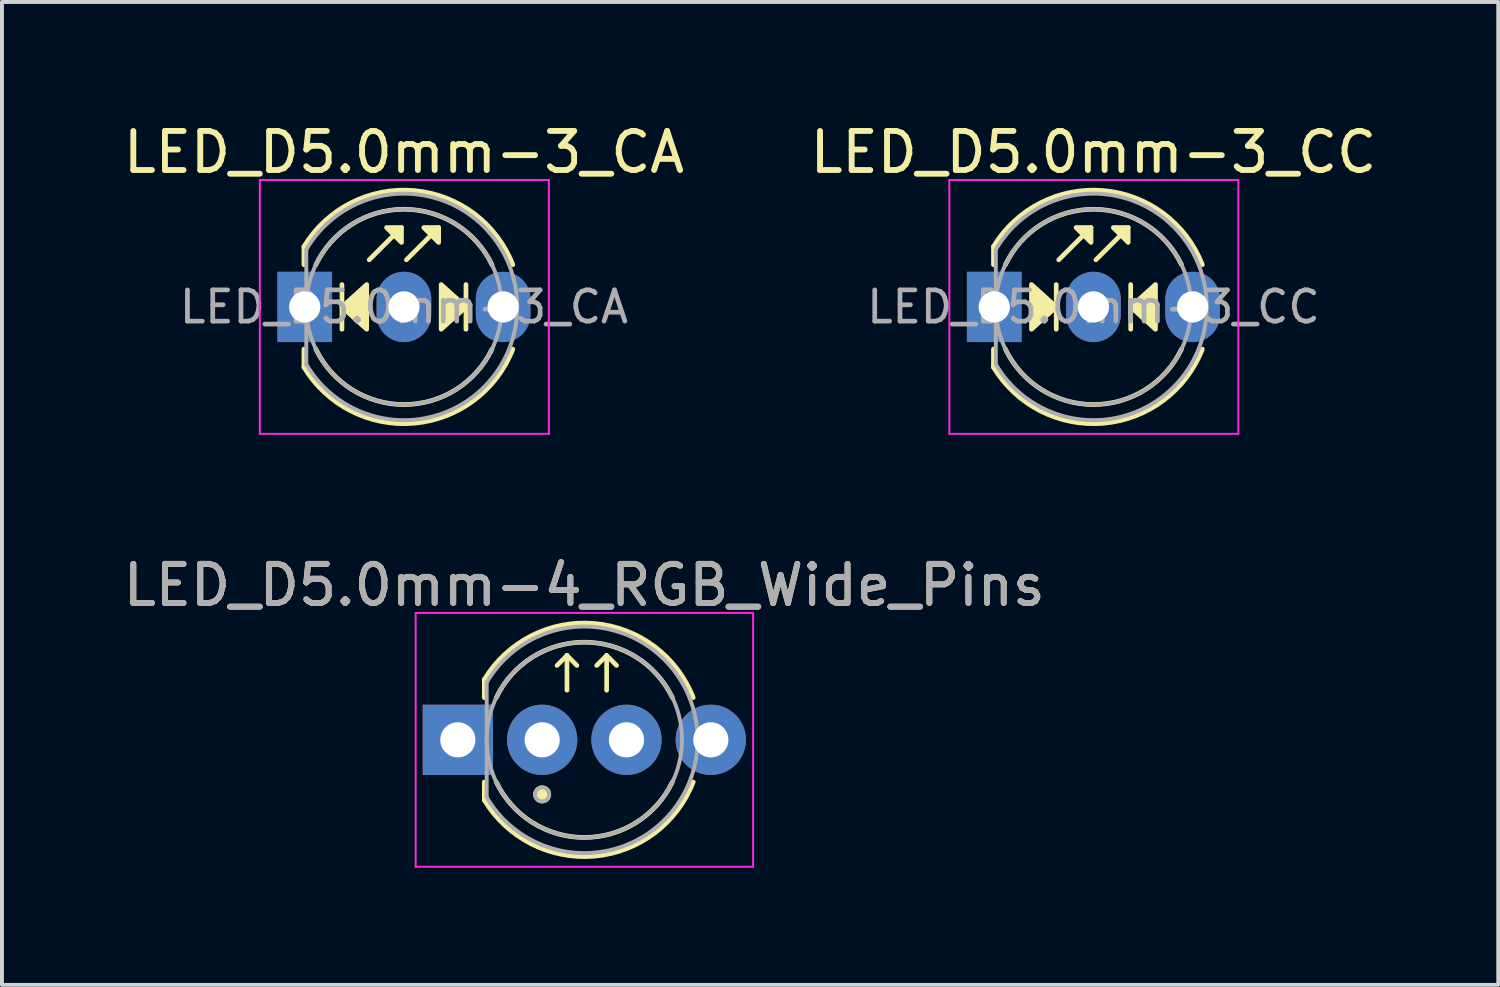
<source format=kicad_pcb>
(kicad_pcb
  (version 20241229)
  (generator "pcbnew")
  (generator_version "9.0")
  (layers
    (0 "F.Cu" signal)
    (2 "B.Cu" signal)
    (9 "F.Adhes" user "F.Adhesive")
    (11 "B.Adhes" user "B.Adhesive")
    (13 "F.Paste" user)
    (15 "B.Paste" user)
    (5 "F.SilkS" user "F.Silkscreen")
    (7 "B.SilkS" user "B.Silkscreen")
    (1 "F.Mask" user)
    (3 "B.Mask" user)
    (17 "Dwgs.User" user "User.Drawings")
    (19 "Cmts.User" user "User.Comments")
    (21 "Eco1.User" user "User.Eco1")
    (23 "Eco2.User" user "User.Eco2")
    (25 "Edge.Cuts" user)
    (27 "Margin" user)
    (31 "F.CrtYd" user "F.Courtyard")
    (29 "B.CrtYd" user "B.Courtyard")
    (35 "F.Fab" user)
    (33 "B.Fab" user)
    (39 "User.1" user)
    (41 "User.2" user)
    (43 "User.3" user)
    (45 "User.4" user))
  (footprint "LED_D5.0mm-4_RGB_Wide_Pins"
    (layer "F.Cu")
    (at 8.672 15.892)
    (property "Reference" "LED_D5.0mm-4_RGB_Wide_Pins" (at 3.239 -3.96 0) (layer "F.SilkS") (effects (font (size 1 1) (thickness 0.15))))
    (fp_line (start 0.678 -1.545) (end 0.678 -1.08) (stroke (width 0.12) (type solid)) (layer "F.SilkS"))
    (fp_line (start 0.678 1.08) (end 0.678 1.545) (stroke (width 0.12) (type solid)) (layer "F.SilkS"))
    (fp_line (start 2.794 -2.159) (end 2.54 -1.905) (stroke (width 0.12) (type solid)) (layer "F.SilkS"))
    (fp_line (start 2.794 -1.27) (end 2.794 -2.159) (stroke (width 0.12) (type solid)) (layer "F.SilkS"))
    (fp_line (start 3.048 -1.905) (end 2.794 -2.159) (stroke (width 0.12) (type solid)) (layer "F.SilkS"))
    (fp_line (start 3.81 -2.159) (end 3.556 -1.905) (stroke (width 0.12) (type solid)) (layer "F.SilkS"))
    (fp_line (start 3.81 -1.27) (end 3.81 -2.159) (stroke (width 0.12) (type solid)) (layer "F.SilkS"))
    (fp_line (start 4.064 -1.905) (end 3.81 -2.159) (stroke (width 0.12) (type solid)) (layer "F.SilkS"))
    (fp_arc (start 0.6785 -1.54483) (mid 3.496956 -2.978809) (end 6.026315 -1.080827) (stroke (width 0.12) (type solid)) (layer "F.SilkS"))
    (fp_arc (start 0.983816 -1.08) (mid 3.238262 -2.5) (end 5.492979 -1.080429) (stroke (width 0.12) (type solid)) (layer "F.SilkS"))
    (fp_arc (start 5.492979 1.080429) (mid 3.238262 2.5) (end 0.983816 1.08) (stroke (width 0.12) (type solid)) (layer "F.SilkS"))
    (fp_arc (start 6.026315 1.080827) (mid 3.496956 2.978808) (end 0.6785 1.54483) (stroke (width 0.12) (type solid)) (layer "F.SilkS"))
    (fp_circle (center 2.159 1.397) (end 2.286 1.27) (stroke (width 0.1) (type solid)) (fill yes) (layer "F.SilkS"))
    (fp_line (start -1.08 -3.25) (end -1.08 3.25) (stroke (width 0.05) (type solid)) (layer "F.CrtYd"))
    (fp_line (start -1.08 3.25) (end 7.56 3.25) (stroke (width 0.05) (type solid)) (layer "F.CrtYd"))
    (fp_line (start 7.56 -3.25) (end -1.08 -3.25) (stroke (width 0.05) (type solid)) (layer "F.CrtYd"))
    (fp_line (start 7.56 3.25) (end 7.56 -3.25) (stroke (width 0.05) (type solid)) (layer "F.CrtYd"))
    (fp_line (start 0.739 -1.47) (end 0.739 1.47) (stroke (width 0.1) (type solid)) (layer "F.Fab"))
    (fp_arc (start 0.7385 -1.469694) (mid 6.1385 0.000016) (end 0.738484 1.469666) (stroke (width 0.1) (type solid)) (layer "F.Fab"))
    (fp_circle (center 2.159 1.397) (end 2.339 1.397) (stroke (width 0.1) (type solid)) (fill no) (layer "F.Fab"))
    (fp_circle (center 3.239 0) (end 5.739 0) (stroke (width 0.1) (type solid)) (fill no) (layer "F.Fab"))
    (fp_text user "${REFERENCE}" (at 3.239 -3.96 0) (layer "F.Fab") (effects (font (size 1 1) (thickness 0.15))))
    (pad "1" thru_hole rect (at 0 0) (size 1.8 1.8) (drill 0.9) (layers "*.Cu" "*.Mask"))
    (pad "2" thru_hole circle (at 2.159 0) (size 1.8 1.8) (drill 0.9) (layers "*.Cu" "*.Mask"))
    (pad "3" thru_hole circle (at 4.318 0) (size 1.8 1.8) (drill 0.9) (layers "*.Cu" "*.Mask"))
    (pad "4" thru_hole circle (at 6.477 0) (size 1.8 1.8) (drill 0.9) (layers "*.Cu" "*.Mask")))
  (footprint "LED_D5.0mm-3_CC"
    (layer "F.Cu")
    (at 22.406 4.808)
    (property "Reference" "LED_D5.0mm-3_CC" (at 2.54 -3.96 0) (layer "F.SilkS") (effects (font (size 1 1) (thickness 0.15))))
    (fp_line (start -0.02 -1.545) (end -0.02 -1.08) (stroke (width 0.12) (type solid)) (layer "F.SilkS"))
    (fp_line (start -0.02 1.08) (end -0.02 1.545) (stroke (width 0.12) (type solid)) (layer "F.SilkS"))
    (fp_line (start 1.587 0.572) (end 1.587 -0.572) (stroke (width 0.12) (type solid)) (layer "F.SilkS"))
    (fp_line (start 1.651 -1.206) (end 2.477 -2.032) (stroke (width 0.12) (type solid)) (layer "F.SilkS"))
    (fp_line (start 2.603 -1.206) (end 3.429 -2.032) (stroke (width 0.12) (type solid)) (layer "F.SilkS"))
    (fp_line (start 3.493 -0.572) (end 3.493 0.572) (stroke (width 0.12) (type solid)) (layer "F.SilkS"))
    (fp_arc (start -0.02 -1.54483) (mid 2.798456 -2.978809) (end 5.327815 -1.080827) (stroke (width 0.12) (type solid)) (layer "F.SilkS"))
    (fp_arc (start 0.285316 -1.08) (mid 2.539762 -2.5) (end 4.794479 -1.080429) (stroke (width 0.12) (type solid)) (layer "F.SilkS"))
    (fp_arc (start 4.794479 1.080429) (mid 2.539762 2.5) (end 0.285316 1.08) (stroke (width 0.12) (type solid)) (layer "F.SilkS"))
    (fp_arc (start 5.327815 1.080827) (mid 2.798456 2.978808) (end -0.02 1.54483) (stroke (width 0.12) (type solid)) (layer "F.SilkS"))
    (fp_poly (pts (xy 0.953 -0.572) (xy 1.587 0) (xy 0.953 0.572)) (stroke (width 0.12) (type solid)) (fill yes) (layer "F.SilkS"))
    (fp_poly (pts (xy 2.477 -1.651) (xy 2.095 -2.032) (xy 2.477 -2.032)) (stroke (width 0.12) (type solid)) (fill yes) (layer "F.SilkS"))
    (fp_poly (pts (xy 3.429 -1.651) (xy 3.048 -2.032) (xy 3.429 -2.032)) (stroke (width 0.12) (type solid)) (fill yes) (layer "F.SilkS"))
    (fp_poly (pts (xy 4.128 0.572) (xy 3.493 0) (xy 4.128 -0.572)) (stroke (width 0.12) (type solid)) (fill yes) (layer "F.SilkS"))
    (fp_line (start -1.15 -3.25) (end -1.15 3.25) (stroke (width 0.05) (type solid)) (layer "F.CrtYd"))
    (fp_line (start -1.15 3.25) (end 6.25 3.25) (stroke (width 0.05) (type solid)) (layer "F.CrtYd"))
    (fp_line (start 6.25 -3.25) (end -1.15 -3.25) (stroke (width 0.05) (type solid)) (layer "F.CrtYd"))
    (fp_line (start 6.25 3.25) (end 6.25 -3.25) (stroke (width 0.05) (type solid)) (layer "F.CrtYd"))
    (fp_line (start 0.04 -1.47) (end 0.04 1.47) (stroke (width 0.1) (type solid)) (layer "F.Fab"))
    (fp_arc (start 0.04 -1.469694) (mid 5.44 0.000016) (end 0.039984 1.469666) (stroke (width 0.1) (type solid)) (layer "F.Fab"))
    (fp_circle (center 2.54 0) (end 5.04 0) (stroke (width 0.1) (type solid)) (fill no) (layer "F.Fab"))
    (fp_text user "${REFERENCE}" (at 2.54 0 0) (layer "F.Fab") (effects (font (size 0.8 0.8) (thickness 0.12))))
    (pad "1" thru_hole rect (at 0 0) (size 1.4 1.8) (drill 0.8) (layers "*.Cu" "*.Mask"))
    (pad "2" thru_hole oval (at 2.54 0) (size 1.4 1.8) (drill 0.8) (layers "*.Cu" "*.Mask"))
    (pad "3" thru_hole oval (at 5.08 0) (size 1.4 1.8) (drill 0.8) (layers "*.Cu" "*.Mask")))
  (footprint "LED_D5.0mm-3_CA"
    (layer "F.Cu")
    (at 4.752 4.808)
    (property "Reference" "LED_D5.0mm-3_CA" (at 2.54 -3.96 0) (layer "F.SilkS") (effects (font (size 1 1) (thickness 0.15))))
    (fp_line (start -0.02 -1.545) (end -0.02 -1.08) (stroke (width 0.12) (type solid)) (layer "F.SilkS"))
    (fp_line (start -0.02 1.08) (end -0.02 1.545) (stroke (width 0.12) (type solid)) (layer "F.SilkS"))
    (fp_line (start 0.953 -0.572) (end 0.953 0.572) (stroke (width 0.12) (type solid)) (layer "F.SilkS"))
    (fp_line (start 1.651 -1.206) (end 2.477 -2.032) (stroke (width 0.12) (type solid)) (layer "F.SilkS"))
    (fp_line (start 2.603 -1.206) (end 3.429 -2.032) (stroke (width 0.12) (type solid)) (layer "F.SilkS"))
    (fp_line (start 4.128 0.572) (end 4.128 -0.572) (stroke (width 0.12) (type solid)) (layer "F.SilkS"))
    (fp_arc (start -0.02 -1.54483) (mid 2.798456 -2.978809) (end 5.327815 -1.080827) (stroke (width 0.12) (type solid)) (layer "F.SilkS"))
    (fp_arc (start 0.285316 -1.08) (mid 2.539762 -2.5) (end 4.794479 -1.080429) (stroke (width 0.12) (type solid)) (layer "F.SilkS"))
    (fp_arc (start 4.794479 1.080429) (mid 2.539762 2.5) (end 0.285316 1.08) (stroke (width 0.12) (type solid)) (layer "F.SilkS"))
    (fp_arc (start 5.327815 1.080827) (mid 2.798456 2.978808) (end -0.02 1.54483) (stroke (width 0.12) (type solid)) (layer "F.SilkS"))
    (fp_poly (pts (xy 1.587 0.572) (xy 0.953 0) (xy 1.587 -0.572)) (stroke (width 0.12) (type solid)) (fill yes) (layer "F.SilkS"))
    (fp_poly (pts (xy 2.477 -1.651) (xy 2.095 -2.032) (xy 2.477 -2.032)) (stroke (width 0.12) (type solid)) (fill yes) (layer "F.SilkS"))
    (fp_poly (pts (xy 3.429 -1.651) (xy 3.048 -2.032) (xy 3.429 -2.032)) (stroke (width 0.12) (type solid)) (fill yes) (layer "F.SilkS"))
    (fp_poly (pts (xy 3.493 -0.572) (xy 4.128 0) (xy 3.493 0.572)) (stroke (width 0.12) (type solid)) (fill yes) (layer "F.SilkS"))
    (fp_line (start -1.15 -3.25) (end -1.15 3.25) (stroke (width 0.05) (type solid)) (layer "F.CrtYd"))
    (fp_line (start -1.15 3.25) (end 6.25 3.25) (stroke (width 0.05) (type solid)) (layer "F.CrtYd"))
    (fp_line (start 6.25 -3.25) (end -1.15 -3.25) (stroke (width 0.05) (type solid)) (layer "F.CrtYd"))
    (fp_line (start 6.25 3.25) (end 6.25 -3.25) (stroke (width 0.05) (type solid)) (layer "F.CrtYd"))
    (fp_line (start 0.04 -1.47) (end 0.04 1.47) (stroke (width 0.1) (type solid)) (layer "F.Fab"))
    (fp_arc (start 0.04 -1.469694) (mid 5.44 0.000016) (end 0.039984 1.469666) (stroke (width 0.1) (type solid)) (layer "F.Fab"))
    (fp_circle (center 2.54 0) (end 5.04 0) (stroke (width 0.1) (type solid)) (fill no) (layer "F.Fab"))
    (fp_text user "${REFERENCE}" (at 2.54 0 0) (layer "F.Fab") (effects (font (size 0.8 0.8) (thickness 0.12))))
    (pad "1" thru_hole rect (at 0 0) (size 1.4 1.8) (drill 0.8) (layers "*.Cu" "*.Mask"))
    (pad "2" thru_hole oval (at 2.54 0) (size 1.4 1.8) (drill 0.8) (layers "*.Cu" "*.Mask"))
    (pad "3" thru_hole oval (at 5.08 0) (size 1.4 1.8) (drill 0.8) (layers "*.Cu" "*.Mask")))
  (gr_rect
    (start -3 -3)
    (end 35.31 22.166)
    (stroke (width 0.1) (type default))
    (fill no)
    (layer "Edge.Cuts")))
</source>
